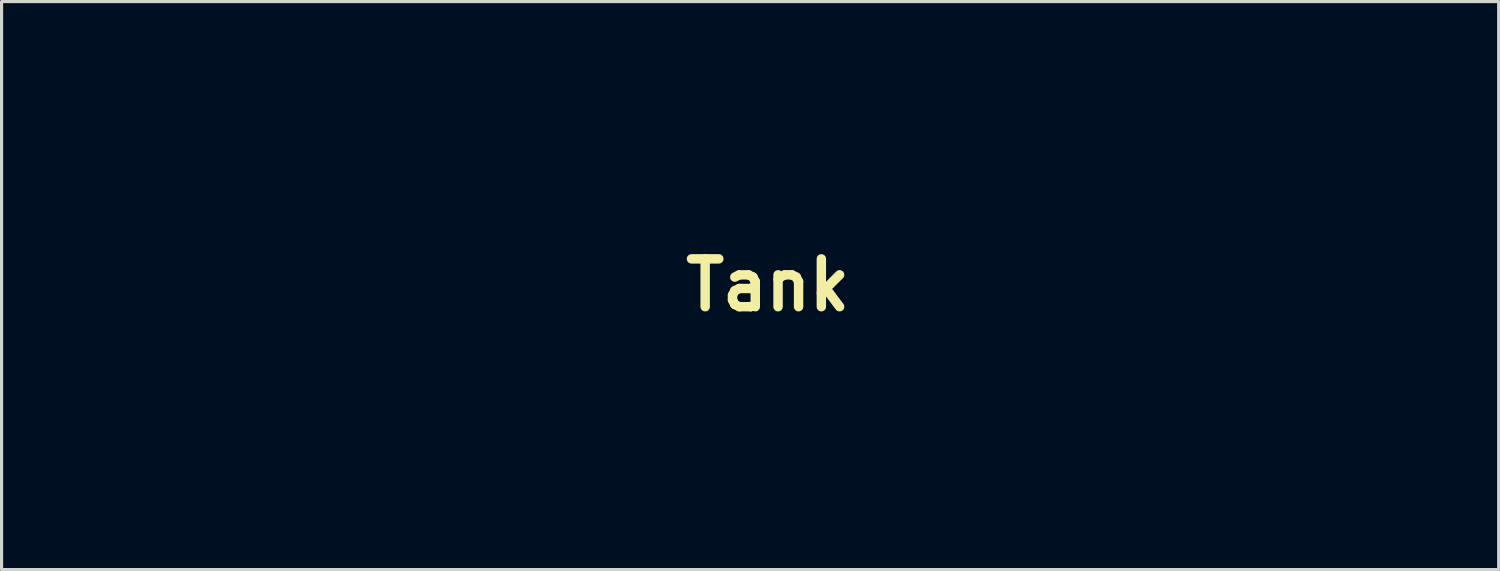
<source format=kicad_pcb>
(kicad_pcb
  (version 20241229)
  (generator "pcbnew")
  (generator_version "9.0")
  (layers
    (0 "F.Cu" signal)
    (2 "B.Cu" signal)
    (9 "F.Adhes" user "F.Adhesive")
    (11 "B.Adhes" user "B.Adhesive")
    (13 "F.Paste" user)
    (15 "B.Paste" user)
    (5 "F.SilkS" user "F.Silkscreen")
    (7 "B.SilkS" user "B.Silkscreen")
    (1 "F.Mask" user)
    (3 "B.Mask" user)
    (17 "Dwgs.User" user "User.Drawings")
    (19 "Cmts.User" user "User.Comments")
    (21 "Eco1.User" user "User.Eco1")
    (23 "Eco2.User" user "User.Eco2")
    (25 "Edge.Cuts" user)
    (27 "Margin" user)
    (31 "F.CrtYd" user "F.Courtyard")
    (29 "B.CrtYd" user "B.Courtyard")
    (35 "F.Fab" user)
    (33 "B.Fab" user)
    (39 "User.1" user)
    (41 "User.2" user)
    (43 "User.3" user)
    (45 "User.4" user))
  (footprint "Tank"
    (layer "F.Cu")
    (at 21.406 6.03)
    (property "Reference" "Tank" (at 0 0 0) (layer "F.SilkS") (effects (font (size 1.524 1.524) (thickness 0.3))))
    (attr through_hole)
    (fp_poly (pts (xy 0.778 -6.025) (xy 2.05 -6.025) (xy 3.256 -6.025) (xy 4.4 -6.025) (xy 5.482 -6.024) (xy 6.504 -6.024) (xy 7.468 -6.024) (xy 8.375 -6.024) (xy 9.227 -6.023) (xy 10.027 -6.023) (xy 10.775 -6.022) (xy 11.474 -6.021) (xy 12.124 -6.02) (xy 12.729 -6.019) (xy 13.289 -6.018) (xy 13.806 -6.017) (xy 14.282 -6.015) (xy 14.719 -6.014) (xy 15.118 -6.012) (xy 15.481 -6.01) (xy 15.81 -6.008) (xy 16.107 -6.005) (xy 16.373 -6.002) (xy 16.609 -6) (xy 16.819 -5.997) (xy 17.002 -5.993) (xy 17.162 -5.99) (xy 17.3 -5.986) (xy 17.417 -5.982) (xy 17.515 -5.977) (xy 17.596 -5.973) (xy 17.662 -5.968) (xy 17.714 -5.962) (xy 17.755 -5.957) (xy 17.785 -5.951) (xy 17.806 -5.944) (xy 17.821 -5.938) (xy 17.831 -5.931) (xy 17.835 -5.926) (xy 17.873 -5.899) (xy 17.951 -5.855) (xy 17.987 -5.837) (xy 18.1 -5.769) (xy 18.203 -5.689) (xy 18.22 -5.674) (xy 18.285 -5.614) (xy 18.327 -5.582) (xy 18.332 -5.58) (xy 18.366 -5.557) (xy 18.431 -5.5) (xy 18.511 -5.423) (xy 18.591 -5.342) (xy 18.655 -5.273) (xy 18.689 -5.23) (xy 18.691 -5.225) (xy 18.713 -5.187) (xy 18.769 -5.125) (xy 18.788 -5.107) (xy 18.862 -5.026) (xy 18.95 -4.916) (xy 19.002 -4.844) (xy 19.076 -4.737) (xy 19.13 -4.663) (xy 19.181 -4.597) (xy 19.23 -4.538) (xy 19.266 -4.48) (xy 19.273 -4.454) (xy 19.293 -4.403) (xy 19.315 -4.374) (xy 19.367 -4.302) (xy 19.436 -4.186) (xy 19.515 -4.041) (xy 19.597 -3.879) (xy 19.675 -3.716) (xy 19.743 -3.565) (xy 19.793 -3.44) (xy 19.818 -3.356) (xy 19.82 -3.339) (xy 19.837 -3.293) (xy 19.852 -3.286) (xy 19.876 -3.256) (xy 19.899 -3.179) (xy 19.908 -3.132) (xy 19.927 -3.041) (xy 19.949 -2.985) (xy 19.959 -2.978) (xy 19.978 -2.947) (xy 19.998 -2.868) (xy 20.01 -2.789) (xy 20.027 -2.683) (xy 20.048 -2.607) (xy 20.06 -2.584) (xy 20.078 -2.544) (xy 20.096 -2.456) (xy 20.11 -2.353) (xy 20.127 -2.225) (xy 20.148 -2.112) (xy 20.164 -2.054) (xy 20.187 -1.956) (xy 20.208 -1.797) (xy 20.227 -1.585) (xy 20.244 -1.326) (xy 20.257 -1.027) (xy 20.267 -0.698) (xy 20.273 -0.343) (xy 20.274 0.017) (xy 20.272 0.34) (xy 20.267 0.657) (xy 20.259 0.961) (xy 20.248 1.243) (xy 20.235 1.497) (xy 20.221 1.716) (xy 20.205 1.891) (xy 20.188 2.014) (xy 20.171 2.08) (xy 20.166 2.087) (xy 20.149 2.128) (xy 20.131 2.218) (xy 20.115 2.338) (xy 20.115 2.343) (xy 20.099 2.468) (xy 20.08 2.566) (xy 20.062 2.617) (xy 20.062 2.617) (xy 20.041 2.67) (xy 20.02 2.765) (xy 20.009 2.833) (xy 19.991 2.937) (xy 19.969 3.01) (xy 19.957 3.03) (xy 19.934 3.072) (xy 19.911 3.155) (xy 19.906 3.184) (xy 19.884 3.269) (xy 19.859 3.317) (xy 19.851 3.32) (xy 19.824 3.349) (xy 19.819 3.38) (xy 19.804 3.447) (xy 19.768 3.543) (xy 19.752 3.577) (xy 19.71 3.675) (xy 19.687 3.756) (xy 19.684 3.774) (xy 19.669 3.825) (xy 19.652 3.834) (xy 19.623 3.863) (xy 19.598 3.935) (xy 19.598 3.937) (xy 19.575 4.008) (xy 19.552 4.039) (xy 19.551 4.039) (xy 19.522 4.067) (xy 19.487 4.133) (xy 19.435 4.238) (xy 19.379 4.33) (xy 19.337 4.382) (xy 19.311 4.425) (xy 19.292 4.476) (xy 19.261 4.536) (xy 19.236 4.553) (xy 19.208 4.581) (xy 19.204 4.605) (xy 19.176 4.662) (xy 19.153 4.677) (xy 19.107 4.721) (xy 19.101 4.745) (xy 19.077 4.802) (xy 19.033 4.852) (xy 18.981 4.907) (xy 18.964 4.942) (xy 18.942 4.984) (xy 18.886 5.046) (xy 18.879 5.052) (xy 18.821 5.114) (xy 18.794 5.158) (xy 18.793 5.16) (xy 18.77 5.199) (xy 18.709 5.271) (xy 18.623 5.364) (xy 18.524 5.464) (xy 18.425 5.558) (xy 18.34 5.633) (xy 18.287 5.673) (xy 18.213 5.728) (xy 18.167 5.776) (xy 18.112 5.816) (xy 18.09 5.819) (xy 18.045 5.838) (xy 18.04 5.853) (xy 18.011 5.885) (xy 17.955 5.908) (xy 17.891 5.933) (xy 17.869 5.957) (xy 17.839 5.979) (xy 17.761 6.006) (xy 17.696 6.022) (xy 17.65 6.025) (xy 17.538 6.027) (xy 17.363 6.029) (xy 17.126 6.032) (xy 16.831 6.034) (xy 16.48 6.036) (xy 16.074 6.038) (xy 15.618 6.04) (xy 15.112 6.041) (xy 14.56 6.043) (xy 13.964 6.045) (xy 13.326 6.046) (xy 12.649 6.047) (xy 11.936 6.049) (xy 11.188 6.05) (xy 10.408 6.051) (xy 9.599 6.052) (xy 8.763 6.053) (xy 7.903 6.054) (xy 7.02 6.054) (xy 6.118 6.055) (xy 5.199 6.056) (xy 4.265 6.056) (xy 3.318 6.056) (xy 2.362 6.057) (xy 1.399 6.057) (xy 0.43 6.057) (xy -0.541 6.057) (xy -1.513 6.057) (xy -2.481 6.057) (xy -3.446 6.056) (xy -4.402 6.056) (xy -5.35 6.055) (xy -6.285 6.055) (xy -7.205 6.054) (xy -8.109 6.053) (xy -8.993 6.053) (xy -9.855 6.052) (xy -10.693 6.051) (xy -11.504 6.049) (xy -12.286 6.048) (xy -13.037 6.047) (xy -13.753 6.046) (xy -14.433 6.044) (xy -15.073 6.042) (xy -15.673 6.041) (xy -16.228 6.039) (xy -16.738 6.037) (xy -17.198 6.035) (xy -17.607 6.033) (xy -17.963 6.031) (xy -18.263 6.029) (xy -18.504 6.027) (xy -18.684 6.024) (xy -18.801 6.022) (xy -18.852 6.019) (xy -18.853 6.019) (xy -18.941 5.993) (xy -18.993 5.967) (xy -18.999 5.958) (xy -19.027 5.929) (xy -19.078 5.91) (xy -19.158 5.873) (xy -19.244 5.81) (xy -19.251 5.803) (xy -19.319 5.747) (xy -19.367 5.718) (xy -19.372 5.717) (xy -19.407 5.694) (xy -19.476 5.633) (xy -19.568 5.546) (xy -19.669 5.447) (xy -19.767 5.347) (xy -19.85 5.258) (xy -19.906 5.193) (xy -19.923 5.165) (xy -19.944 5.125) (xy -19.998 5.058) (xy -20.017 5.037) (xy -20.138 4.899) (xy -20.21 4.797) (xy -20.231 4.738) (xy -20.258 4.691) (xy -20.282 4.677) (xy -20.328 4.632) (xy -20.334 4.605) (xy -20.352 4.559) (xy -20.367 4.553) (xy -20.4 4.524) (xy -20.422 4.467) (xy -20.446 4.403) (xy -20.466 4.382) (xy -20.494 4.354) (xy -20.539 4.283) (xy -20.574 4.219) (xy -20.626 4.126) (xy -20.668 4.062) (xy -20.685 4.045) (xy -20.709 4.006) (xy -20.711 3.994) (xy -20.726 3.944) (xy -20.764 3.855) (xy -20.81 3.758) (xy -20.867 3.636) (xy -20.913 3.523) (xy -20.933 3.458) (xy -20.956 3.386) (xy -20.982 3.355) (xy -20.982 3.355) (xy -21.003 3.324) (xy -21.023 3.248) (xy -21.028 3.213) (xy -21.048 3.12) (xy -21.073 3.059) (xy -21.081 3.05) (xy -21.103 3.007) (xy -21.125 2.918) (xy -21.139 2.833) (xy -21.156 2.727) (xy -21.176 2.656) (xy -21.191 2.636) (xy -21.208 2.605) (xy -21.226 2.523) (xy -21.242 2.408) (xy -21.242 2.405) (xy -21.258 2.282) (xy -21.277 2.186) (xy -21.295 2.138) (xy -21.317 2.077) (xy -21.336 1.955) (xy -21.353 1.782) (xy -21.367 1.564) (xy -21.379 1.308) (xy -21.388 1.022) (xy -21.395 0.714) (xy -21.399 0.39) (xy -21.401 0.058) (xy -21.4 -0.275) (xy -21.397 -0.601) (xy -21.391 -0.913) (xy -21.382 -1.203) (xy -21.371 -1.465) (xy -21.358 -1.691) (xy -21.342 -1.873) (xy -21.323 -2.004) (xy -21.302 -2.077) (xy -21.293 -2.088) (xy -21.278 -2.128) (xy -21.26 -2.218) (xy -21.245 -2.338) (xy -21.244 -2.344) (xy -21.229 -2.465) (xy -21.21 -2.557) (xy -21.193 -2.6) (xy -21.193 -2.601) (xy -21.172 -2.642) (xy -21.15 -2.729) (xy -21.14 -2.79) (xy -21.12 -2.896) (xy -21.098 -2.974) (xy -21.088 -2.995) (xy -21.062 -3.05) (xy -21.037 -3.138) (xy -21.035 -3.148) (xy -21.01 -3.244) (xy -20.983 -3.316) (xy -20.981 -3.319) (xy -20.951 -3.383) (xy -20.91 -3.478) (xy -20.897 -3.509) (xy -20.844 -3.633) (xy -20.786 -3.765) (xy -20.776 -3.786) (xy -20.736 -3.88) (xy -20.713 -3.95) (xy -20.71 -3.966) (xy -20.692 -4.003) (xy -20.684 -4.005) (xy -20.651 -4.03) (xy -20.603 -4.11) (xy -20.535 -4.249) (xy -20.533 -4.253) (xy -20.495 -4.32) (xy -20.463 -4.347) (xy -20.439 -4.375) (xy -20.436 -4.394) (xy -20.43 -4.426) (xy -20.405 -4.471) (xy -20.352 -4.541) (xy -20.27 -4.641) (xy -20.235 -4.703) (xy -20.217 -4.749) (xy -20.177 -4.815) (xy -20.144 -4.84) (xy -20.1 -4.876) (xy -20.094 -4.895) (xy -20.07 -4.943) (xy -20.005 -5.027) (xy -19.909 -5.137) (xy -19.792 -5.263) (xy -19.663 -5.394) (xy -19.534 -5.52) (xy -19.413 -5.632) (xy -19.31 -5.72) (xy -19.236 -5.774) (xy -19.207 -5.785) (xy -19.171 -5.808) (xy -19.17 -5.817) (xy -19.14 -5.845) (xy -19.069 -5.87) (xy -19.067 -5.871) (xy -18.995 -5.894) (xy -18.964 -5.92) (xy -18.964 -5.92) (xy -18.963 -5.928) (xy -18.958 -5.935) (xy -18.947 -5.942) (xy -18.93 -5.948) (xy -18.903 -5.955) (xy -18.866 -5.96) (xy -18.816 -5.966) (xy -18.752 -5.971) (xy -18.673 -5.976) (xy -18.576 -5.98) (xy -18.46 -5.985) (xy -18.324 -5.989) (xy -18.165 -5.992) (xy -17.981 -5.996) (xy -17.772 -5.999) (xy -17.535 -6.002) (xy -17.269 -6.005) (xy -16.971 -6.007) (xy -16.641 -6.01) (xy -16.277 -6.012) (xy -15.876 -6.013) (xy -15.438 -6.015) (xy -14.96 -6.017) (xy -14.441 -6.018) (xy -13.879 -6.019) (xy -13.272 -6.02) (xy -12.619 -6.021) (xy -11.917 -6.022) (xy -11.166 -6.023) (xy -10.364 -6.023) (xy -9.508 -6.024) (xy -8.598 -6.024) (xy -7.631 -6.024) (xy -6.606 -6.024) (xy -5.521 -6.025) (xy -4.374 -6.025) (xy -3.163 -6.025) (xy -1.888 -6.025) (xy -0.561 -6.025) (xy 0.778 -6.025)) (stroke (width 0.01) (type solid)) (fill yes) (layer "F.Mask")))
  (gr_rect
    (start -3 -3)
    (end 44.685 15.092)
    (stroke (width 0.1) (type default))
    (fill no)
    (layer "Edge.Cuts")))
</source>
